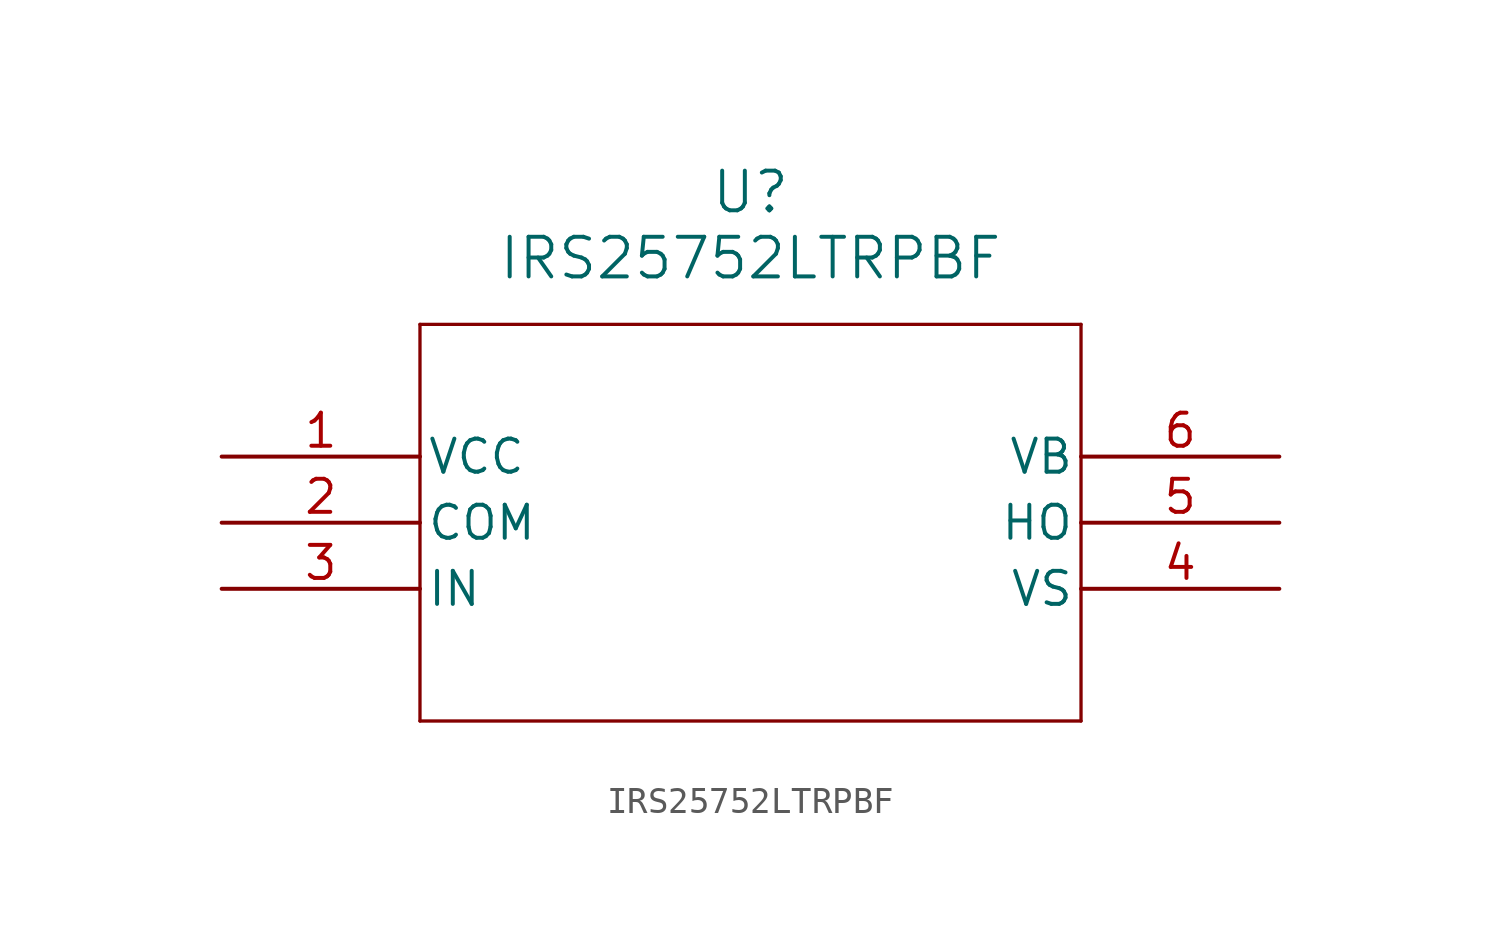
<source format=kicad_sym>
(kicad_symbol_lib
  (version 20211014)
  (generator kicad_symbol_editor)
  (symbol "IRS25752LTRPBF"
    (pin_names
      (offset 0.254))
    (property "Reference" "U"
      (at 20.32 10.16 0)
      (effects (font (size 1.524 1.524))))
    (property "Value" "IRS25752LTRPBF"
      (at 20.32 7.62 0)
      (effects (font (size 1.524 1.524))))
    (symbol "IRS25752LTRPBF_0_1"
      (polyline (pts (xy 7.62 5.08) (xy 7.62 -10.16)) (stroke (width 0.127) (type default) (color 0 0 0 0)) (fill (type none)))
      (polyline (pts (xy 7.62 -10.16) (xy 33.02 -10.16)) (stroke (width 0.127) (type default) (color 0 0 0 0)) (fill (type none)))
      (polyline (pts (xy 33.02 -10.16) (xy 33.02 5.08)) (stroke (width 0.127) (type default) (color 0 0 0 0)) (fill (type none)))
      (polyline (pts (xy 33.02 5.08) (xy 7.62 5.08)) (stroke (width 0.127) (type default) (color 0 0 0 0)) (fill (type none)))
      (pin power_in line (at 0 0 0) (length 7.62) (name "VCC" (effects (font (size 1.27 1.27)))) (number "1" (effects (font (size 1.27 1.27)))))
      (pin power_out line (at 0 -2.54 0) (length 7.62) (name "COM" (effects (font (size 1.27 1.27)))) (number "2" (effects (font (size 1.27 1.27)))))
      (pin input line (at 0 -5.08 0) (length 7.62) (name "IN" (effects (font (size 1.27 1.27)))) (number "3" (effects (font (size 1.27 1.27)))))
      (pin power_in line (at 40.64 -5.08 180) (length 7.62) (name "VS" (effects (font (size 1.27 1.27)))) (number "4" (effects (font (size 1.27 1.27)))))
      (pin output line (at 40.64 -2.54 180) (length 7.62) (name "HO" (effects (font (size 1.27 1.27)))) (number "5" (effects (font (size 1.27 1.27)))))
      (pin power_in line (at 40.64 0 180) (length 7.62) (name "VB" (effects (font (size 1.27 1.27)))) (number "6" (effects (font (size 1.27 1.27))))))))
</source>
